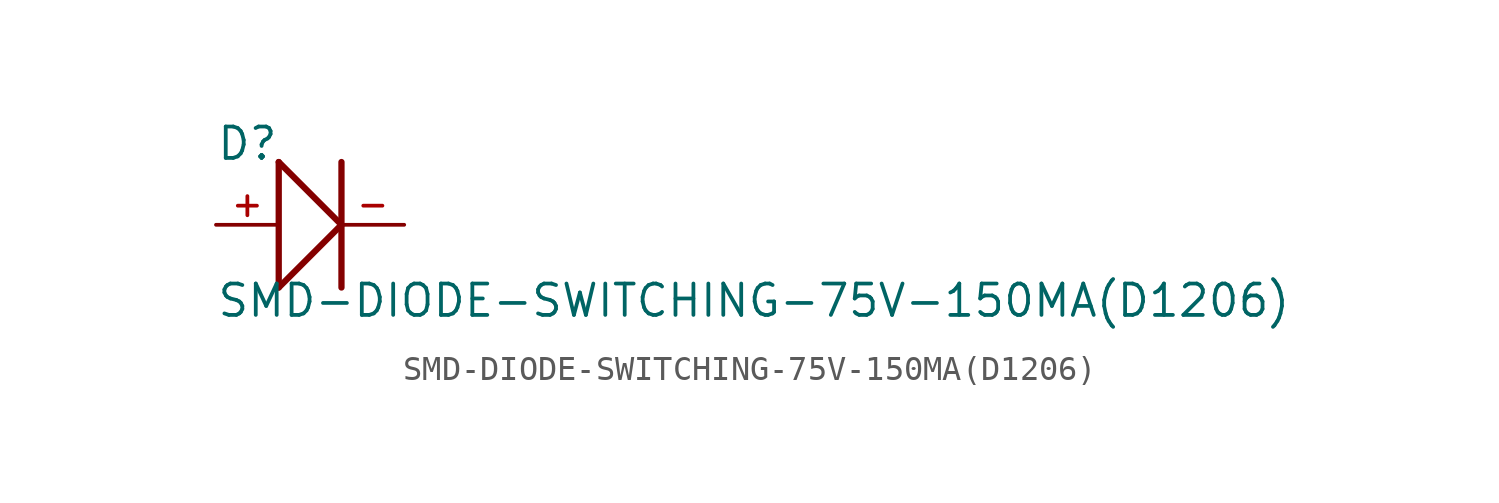
<source format=kicad_sym>
(kicad_symbol_lib
  (version 20211014)
  (generator kicad_symbol_editor)
  (symbol "SMD-DIODE-SWITCHING-75V-150MA(D1206)"
    (pin_names
      (offset 1.016))
    (property "Reference" "D"
      (at -3.818 2.545 0)
      (effects (font (size 1.27 1.27)) (justify bottom left)))
    (property "Value" "SMD-DIODE-SWITCHING-75V-150MA(D1206)"
      (at -3.812 -3.812 0)
      (effects (font (size 1.27 1.27)) (justify bottom left)))
    (symbol "SMD-DIODE-SWITCHING-75V-150MA(D1206)_0_0"
      (polyline (pts (xy -1.27 -2.54) (xy -1.27 2.54)) (stroke (width 0.254)))
      (polyline (pts (xy -1.27 -2.54) (xy 1.27 0.0)) (stroke (width 0.254)))
      (polyline (pts (xy -1.27 2.54) (xy 1.27 0.0)) (stroke (width 0.254)))
      (polyline (pts (xy 1.27 2.54) (xy 1.27 -2.54)) (stroke (width 0.254)))
      (pin passive line (at -3.81 0.0 0) (length 2.54) (name "~" (effects (font (size 1.016 1.016)))) (number "+" (effects (font (size 1.016 1.016)))))
      (pin passive line (at 3.81 0.0 180.0) (length 2.54) (name "~" (effects (font (size 1.016 1.016)))) (number "-" (effects (font (size 1.016 1.016))))))))
</source>
